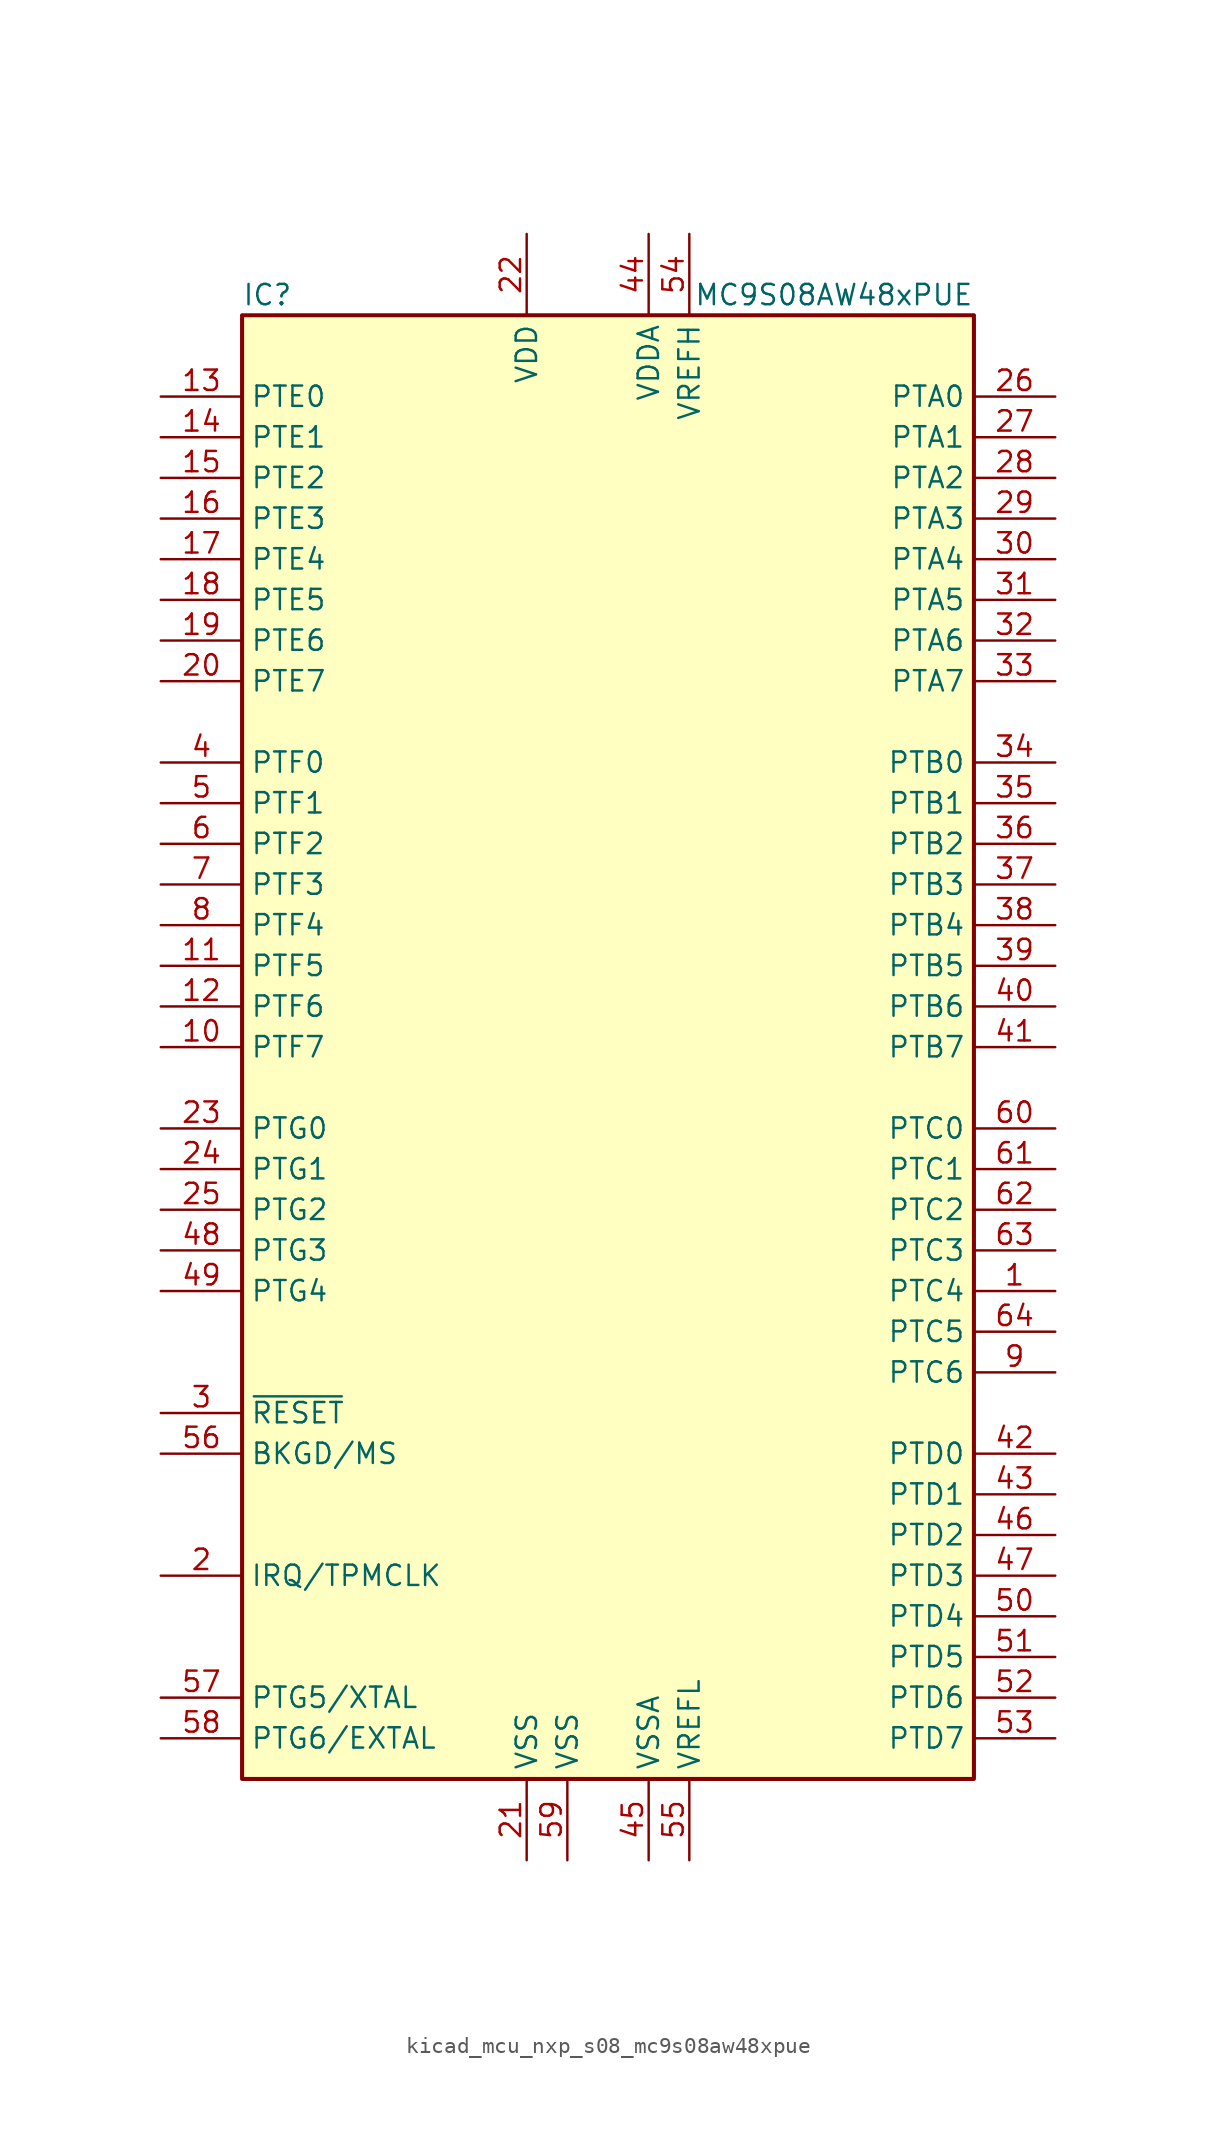
<source format=kicad_sym>
(kicad_symbol_lib
  (version 20220914)
  (generator kicad_symbol_editor)
  (symbol "kicad_mcu_nxp_s08_mc9s08aw48xpue"
    (property "Reference" "IC"
      (at -22.86 46.99 0)
      (effects (font (size 1.27 1.27)) (justify left)))
    (property "Value" "MC9S08AW48xPUE"
      (at 22.86 46.99 0)
      (effects (font (size 1.27 1.27)) (justify right)))
    (symbol "kicad_mcu_nxp_s08_mc9s08aw48xpue_0_1"
      (rectangle (start -22.86 45.72) (end 22.86 -45.72) (stroke (width 0.254) (type default)) (fill (type background))))
    (symbol "kicad_mcu_nxp_s08_mc9s08aw48xpue_1_1"
      (pin bidirectional line (at 27.94 -15.24 180) (length 5.08) (name "PTC4" (effects (font (size 1.27 1.27)))) (number "1" (effects (font (size 1.27 1.27)))))
      (pin bidirectional line (at -27.94 0 0) (length 5.08) (name "PTF7" (effects (font (size 1.27 1.27)))) (number "10" (effects (font (size 1.27 1.27)))))
      (pin bidirectional line (at -27.94 5.08 0) (length 5.08) (name "PTF5" (effects (font (size 1.27 1.27)))) (number "11" (effects (font (size 1.27 1.27)))))
      (pin bidirectional line (at -27.94 2.54 0) (length 5.08) (name "PTF6" (effects (font (size 1.27 1.27)))) (number "12" (effects (font (size 1.27 1.27)))))
      (pin bidirectional line (at -27.94 40.64 0) (length 5.08) (name "PTE0" (effects (font (size 1.27 1.27)))) (number "13" (effects (font (size 1.27 1.27)))))
      (pin bidirectional line (at -27.94 38.1 0) (length 5.08) (name "PTE1" (effects (font (size 1.27 1.27)))) (number "14" (effects (font (size 1.27 1.27)))))
      (pin bidirectional line (at -27.94 35.56 0) (length 5.08) (name "PTE2" (effects (font (size 1.27 1.27)))) (number "15" (effects (font (size 1.27 1.27)))))
      (pin bidirectional line (at -27.94 33.02 0) (length 5.08) (name "PTE3" (effects (font (size 1.27 1.27)))) (number "16" (effects (font (size 1.27 1.27)))))
      (pin bidirectional line (at -27.94 30.48 0) (length 5.08) (name "PTE4" (effects (font (size 1.27 1.27)))) (number "17" (effects (font (size 1.27 1.27)))))
      (pin bidirectional line (at -27.94 27.94 0) (length 5.08) (name "PTE5" (effects (font (size 1.27 1.27)))) (number "18" (effects (font (size 1.27 1.27)))))
      (pin bidirectional line (at -27.94 25.4 0) (length 5.08) (name "PTE6" (effects (font (size 1.27 1.27)))) (number "19" (effects (font (size 1.27 1.27)))))
      (pin input line (at -27.94 -33.02 0) (length 5.08) (name "IRQ/TPMCLK" (effects (font (size 1.27 1.27)))) (number "2" (effects (font (size 1.27 1.27)))))
      (pin bidirectional line (at -27.94 22.86 0) (length 5.08) (name "PTE7" (effects (font (size 1.27 1.27)))) (number "20" (effects (font (size 1.27 1.27)))))
      (pin power_in line (at -5.08 -50.8 90) (length 5.08) (name "VSS" (effects (font (size 1.27 1.27)))) (number "21" (effects (font (size 1.27 1.27)))))
      (pin power_in line (at -5.08 50.8 270) (length 5.08) (name "VDD" (effects (font (size 1.27 1.27)))) (number "22" (effects (font (size 1.27 1.27)))))
      (pin bidirectional line (at -27.94 -5.08 0) (length 5.08) (name "PTG0" (effects (font (size 1.27 1.27)))) (number "23" (effects (font (size 1.27 1.27)))))
      (pin bidirectional line (at -27.94 -7.62 0) (length 5.08) (name "PTG1" (effects (font (size 1.27 1.27)))) (number "24" (effects (font (size 1.27 1.27)))))
      (pin bidirectional line (at -27.94 -10.16 0) (length 5.08) (name "PTG2" (effects (font (size 1.27 1.27)))) (number "25" (effects (font (size 1.27 1.27)))))
      (pin bidirectional line (at 27.94 40.64 180) (length 5.08) (name "PTA0" (effects (font (size 1.27 1.27)))) (number "26" (effects (font (size 1.27 1.27)))))
      (pin bidirectional line (at 27.94 38.1 180) (length 5.08) (name "PTA1" (effects (font (size 1.27 1.27)))) (number "27" (effects (font (size 1.27 1.27)))))
      (pin bidirectional line (at 27.94 35.56 180) (length 5.08) (name "PTA2" (effects (font (size 1.27 1.27)))) (number "28" (effects (font (size 1.27 1.27)))))
      (pin bidirectional line (at 27.94 33.02 180) (length 5.08) (name "PTA3" (effects (font (size 1.27 1.27)))) (number "29" (effects (font (size 1.27 1.27)))))
      (pin input line (at -27.94 -22.86 0) (length 5.08) (name "~{RESET}" (effects (font (size 1.27 1.27)))) (number "3" (effects (font (size 1.27 1.27)))))
      (pin bidirectional line (at 27.94 30.48 180) (length 5.08) (name "PTA4" (effects (font (size 1.27 1.27)))) (number "30" (effects (font (size 1.27 1.27)))))
      (pin bidirectional line (at 27.94 27.94 180) (length 5.08) (name "PTA5" (effects (font (size 1.27 1.27)))) (number "31" (effects (font (size 1.27 1.27)))))
      (pin bidirectional line (at 27.94 25.4 180) (length 5.08) (name "PTA6" (effects (font (size 1.27 1.27)))) (number "32" (effects (font (size 1.27 1.27)))))
      (pin bidirectional line (at 27.94 22.86 180) (length 5.08) (name "PTA7" (effects (font (size 1.27 1.27)))) (number "33" (effects (font (size 1.27 1.27)))))
      (pin bidirectional line (at 27.94 17.78 180) (length 5.08) (name "PTB0" (effects (font (size 1.27 1.27)))) (number "34" (effects (font (size 1.27 1.27)))))
      (pin bidirectional line (at 27.94 15.24 180) (length 5.08) (name "PTB1" (effects (font (size 1.27 1.27)))) (number "35" (effects (font (size 1.27 1.27)))))
      (pin bidirectional line (at 27.94 12.7 180) (length 5.08) (name "PTB2" (effects (font (size 1.27 1.27)))) (number "36" (effects (font (size 1.27 1.27)))))
      (pin bidirectional line (at 27.94 10.16 180) (length 5.08) (name "PTB3" (effects (font (size 1.27 1.27)))) (number "37" (effects (font (size 1.27 1.27)))))
      (pin bidirectional line (at 27.94 7.62 180) (length 5.08) (name "PTB4" (effects (font (size 1.27 1.27)))) (number "38" (effects (font (size 1.27 1.27)))))
      (pin bidirectional line (at 27.94 5.08 180) (length 5.08) (name "PTB5" (effects (font (size 1.27 1.27)))) (number "39" (effects (font (size 1.27 1.27)))))
      (pin bidirectional line (at -27.94 17.78 0) (length 5.08) (name "PTF0" (effects (font (size 1.27 1.27)))) (number "4" (effects (font (size 1.27 1.27)))))
      (pin bidirectional line (at 27.94 2.54 180) (length 5.08) (name "PTB6" (effects (font (size 1.27 1.27)))) (number "40" (effects (font (size 1.27 1.27)))))
      (pin bidirectional line (at 27.94 0 180) (length 5.08) (name "PTB7" (effects (font (size 1.27 1.27)))) (number "41" (effects (font (size 1.27 1.27)))))
      (pin bidirectional line (at 27.94 -25.4 180) (length 5.08) (name "PTD0" (effects (font (size 1.27 1.27)))) (number "42" (effects (font (size 1.27 1.27)))))
      (pin bidirectional line (at 27.94 -27.94 180) (length 5.08) (name "PTD1" (effects (font (size 1.27 1.27)))) (number "43" (effects (font (size 1.27 1.27)))))
      (pin power_in line (at 2.54 50.8 270) (length 5.08) (name "VDDA" (effects (font (size 1.27 1.27)))) (number "44" (effects (font (size 1.27 1.27)))))
      (pin power_in line (at 2.54 -50.8 90) (length 5.08) (name "VSSA" (effects (font (size 1.27 1.27)))) (number "45" (effects (font (size 1.27 1.27)))))
      (pin bidirectional line (at 27.94 -30.48 180) (length 5.08) (name "PTD2" (effects (font (size 1.27 1.27)))) (number "46" (effects (font (size 1.27 1.27)))))
      (pin bidirectional line (at 27.94 -33.02 180) (length 5.08) (name "PTD3" (effects (font (size 1.27 1.27)))) (number "47" (effects (font (size 1.27 1.27)))))
      (pin bidirectional line (at -27.94 -12.7 0) (length 5.08) (name "PTG3" (effects (font (size 1.27 1.27)))) (number "48" (effects (font (size 1.27 1.27)))))
      (pin bidirectional line (at -27.94 -15.24 0) (length 5.08) (name "PTG4" (effects (font (size 1.27 1.27)))) (number "49" (effects (font (size 1.27 1.27)))))
      (pin bidirectional line (at -27.94 15.24 0) (length 5.08) (name "PTF1" (effects (font (size 1.27 1.27)))) (number "5" (effects (font (size 1.27 1.27)))))
      (pin bidirectional line (at 27.94 -35.56 180) (length 5.08) (name "PTD4" (effects (font (size 1.27 1.27)))) (number "50" (effects (font (size 1.27 1.27)))))
      (pin bidirectional line (at 27.94 -38.1 180) (length 5.08) (name "PTD5" (effects (font (size 1.27 1.27)))) (number "51" (effects (font (size 1.27 1.27)))))
      (pin bidirectional line (at 27.94 -40.64 180) (length 5.08) (name "PTD6" (effects (font (size 1.27 1.27)))) (number "52" (effects (font (size 1.27 1.27)))))
      (pin bidirectional line (at 27.94 -43.18 180) (length 5.08) (name "PTD7" (effects (font (size 1.27 1.27)))) (number "53" (effects (font (size 1.27 1.27)))))
      (pin power_in line (at 5.08 50.8 270) (length 5.08) (name "VREFH" (effects (font (size 1.27 1.27)))) (number "54" (effects (font (size 1.27 1.27)))))
      (pin power_in line (at 5.08 -50.8 90) (length 5.08) (name "VREFL" (effects (font (size 1.27 1.27)))) (number "55" (effects (font (size 1.27 1.27)))))
      (pin bidirectional line (at -27.94 -25.4 0) (length 5.08) (name "BKGD/MS" (effects (font (size 1.27 1.27)))) (number "56" (effects (font (size 1.27 1.27)))))
      (pin bidirectional line (at -27.94 -40.64 0) (length 5.08) (name "PTG5/XTAL" (effects (font (size 1.27 1.27)))) (number "57" (effects (font (size 1.27 1.27)))))
      (pin bidirectional line (at -27.94 -43.18 0) (length 5.08) (name "PTG6/EXTAL" (effects (font (size 1.27 1.27)))) (number "58" (effects (font (size 1.27 1.27)))))
      (pin power_in line (at -2.54 -50.8 90) (length 5.08) (name "VSS" (effects (font (size 1.27 1.27)))) (number "59" (effects (font (size 1.27 1.27)))))
      (pin bidirectional line (at -27.94 12.7 0) (length 5.08) (name "PTF2" (effects (font (size 1.27 1.27)))) (number "6" (effects (font (size 1.27 1.27)))))
      (pin bidirectional line (at 27.94 -5.08 180) (length 5.08) (name "PTC0" (effects (font (size 1.27 1.27)))) (number "60" (effects (font (size 1.27 1.27)))))
      (pin bidirectional line (at 27.94 -7.62 180) (length 5.08) (name "PTC1" (effects (font (size 1.27 1.27)))) (number "61" (effects (font (size 1.27 1.27)))))
      (pin bidirectional line (at 27.94 -10.16 180) (length 5.08) (name "PTC2" (effects (font (size 1.27 1.27)))) (number "62" (effects (font (size 1.27 1.27)))))
      (pin bidirectional line (at 27.94 -12.7 180) (length 5.08) (name "PTC3" (effects (font (size 1.27 1.27)))) (number "63" (effects (font (size 1.27 1.27)))))
      (pin bidirectional line (at 27.94 -17.78 180) (length 5.08) (name "PTC5" (effects (font (size 1.27 1.27)))) (number "64" (effects (font (size 1.27 1.27)))))
      (pin bidirectional line (at -27.94 10.16 0) (length 5.08) (name "PTF3" (effects (font (size 1.27 1.27)))) (number "7" (effects (font (size 1.27 1.27)))))
      (pin bidirectional line (at -27.94 7.62 0) (length 5.08) (name "PTF4" (effects (font (size 1.27 1.27)))) (number "8" (effects (font (size 1.27 1.27)))))
      (pin bidirectional line (at 27.94 -20.32 180) (length 5.08) (name "PTC6" (effects (font (size 1.27 1.27)))) (number "9" (effects (font (size 1.27 1.27))))))))
</source>
